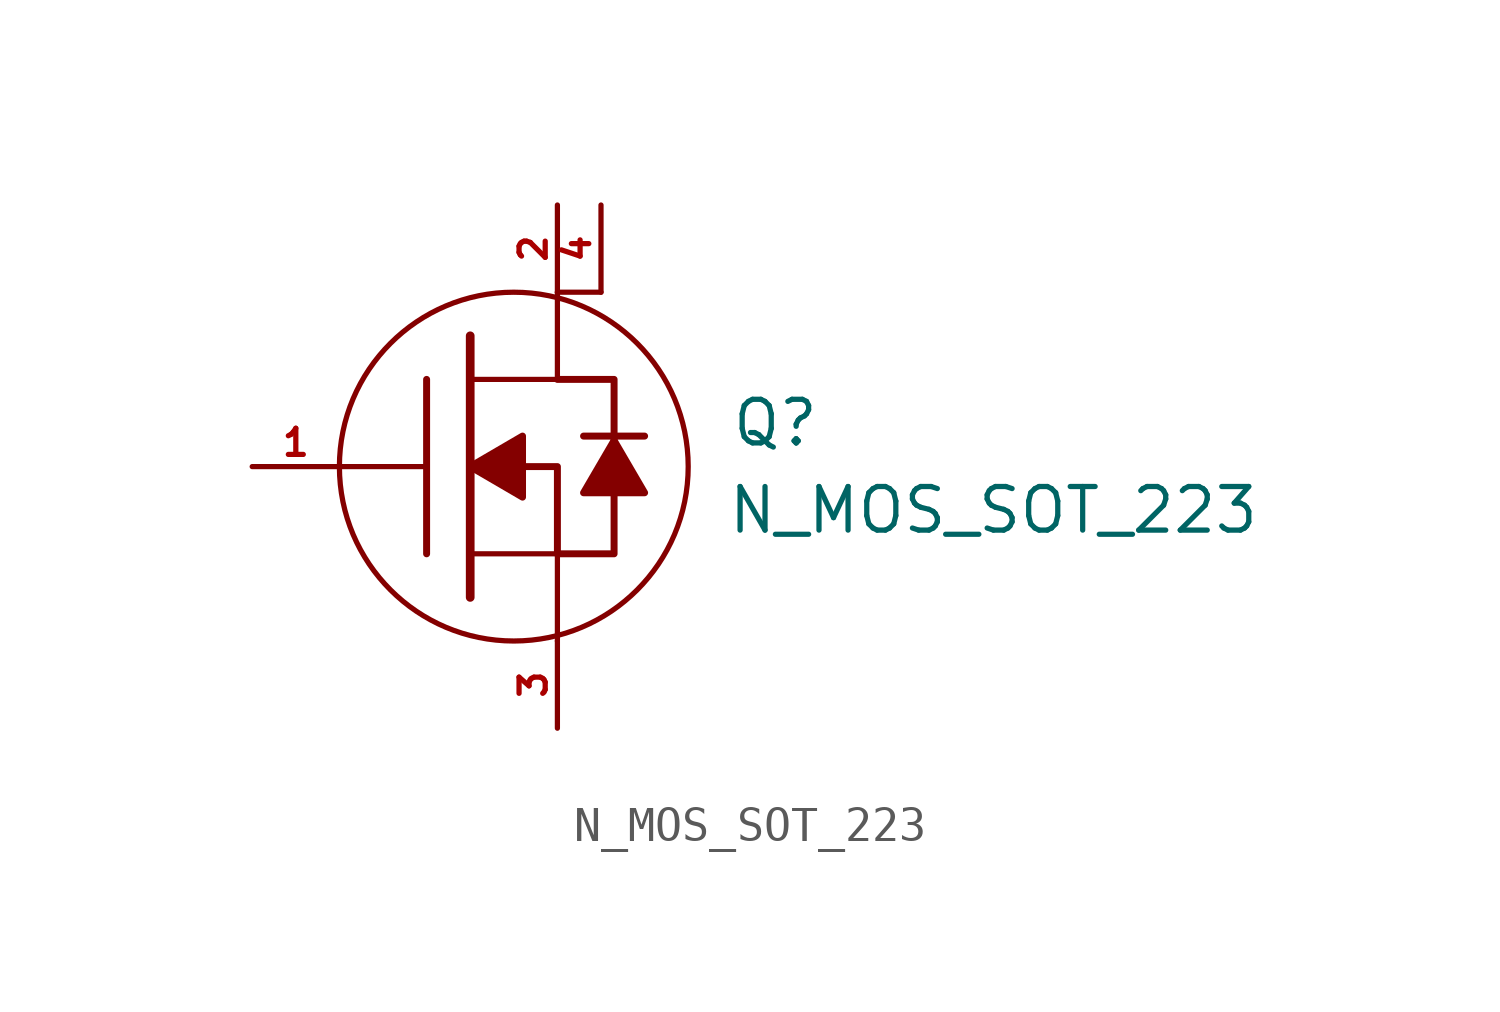
<source format=kicad_sym>
(kicad_symbol_lib
  (version 20211014)
  (generator kicad_symbol_editor)
  (symbol "N_MOS_SOT_223"
    (pin_names
      (offset 1.016) hide)
    (property "Reference" "Q"
      (at 7.62 1.27 0)
      (effects (font (size 1.27 1.27))))
    (property "Value" "N_MOS_SOT_223"
      (at 13.97 -1.27 0)
      (effects (font (size 1.27 1.27))))
    (symbol "N_MOS_SOT_223_0_1"
      (polyline (pts (xy 2.54 5.08) (xy 1.27 5.08)) (stroke (width 0) (type default) (color 0 0 0 0)) (fill (type none))))
    (symbol "N_MOS_SOT_223_1_1"
      (polyline (pts (xy -5.08 0) (xy -2.54 0)) (stroke (width 0) (type default) (color 0 0 0 0)) (fill (type none)))
      (polyline (pts (xy -2.54 -2.54) (xy -2.54 2.54)) (stroke (width 0.203) (type default) (color 0 0 0 0)) (fill (type none)))
      (polyline (pts (xy -1.27 -3.81) (xy -1.27 3.81)) (stroke (width 0.254) (type default) (color 0 0 0 0)) (fill (type none)))
      (polyline (pts (xy 1.27 -5.08) (xy 1.27 -2.54)) (stroke (width 0) (type default) (color 0 0 0 0)) (fill (type none)))
      (polyline (pts (xy 1.27 -2.54) (xy -1.27 -2.54)) (stroke (width 0) (type default) (color 0 0 0 0)) (fill (type none)))
      (polyline (pts (xy 1.27 2.54) (xy -1.27 2.54)) (stroke (width 0) (type default) (color 0 0 0 0)) (fill (type none)))
      (polyline (pts (xy 1.27 5.08) (xy 1.27 2.54)) (stroke (width 0) (type default) (color 0 0 0 0)) (fill (type none)))
      (polyline (pts (xy 3.81 0.889) (xy 2.032 0.889)) (stroke (width 0.203) (type default) (color 0 0 0 0)) (fill (type none)))
      (polyline (pts (xy 1.27 -2.54) (xy 1.27 0) (xy 0 0)) (stroke (width 0.203) (type default) (color 0 0 0 0)) (fill (type none)))
      (polyline (pts (xy 0.254 0.889) (xy 0.254 -0.889) (xy -1.27 0) (xy 0.254 0.889)) (stroke (width 0.203) (type default) (color 0 0 0 0)) (fill (type outline)))
      (polyline (pts (xy 1.27 -2.54) (xy 2.921 -2.54) (xy 2.921 2.54) (xy 1.27 2.54)) (stroke (width 0.203) (type default) (color 0 0 0 0)) (fill (type none)))
      (polyline (pts (xy 2.032 -0.762) (xy 3.81 -0.762) (xy 2.921 0.762) (xy 2.032 -0.762)) (stroke (width 0.203) (type default) (color 0 0 0 0)) (fill (type outline)))
      (circle (center 0 0) (radius 5.08) (stroke (width 0) (type default) (color 0 0 0 0)) (fill (type none)))
      (pin input line (at -7.62 0 0) (length 2.54) (name "G" (effects (font (size 1.016 1.016)))) (number "1" (effects (font (size 0.762 0.762)))))
      (pin passive line (at 1.27 7.62 270) (length 2.54) (name "D" (effects (font (size 1.016 1.016)))) (number "2" (effects (font (size 0.762 0.762)))))
      (pin passive line (at 1.27 -7.62 90) (length 2.54) (name "S" (effects (font (size 1.016 1.016)))) (number "3" (effects (font (size 0.762 0.762)))))
      (pin passive line (at 2.54 7.62 270) (length 2.54) (name "D" (effects (font (size 1.016 1.016)))) (number "4" (effects (font (size 0.762 0.762))))))))
</source>
